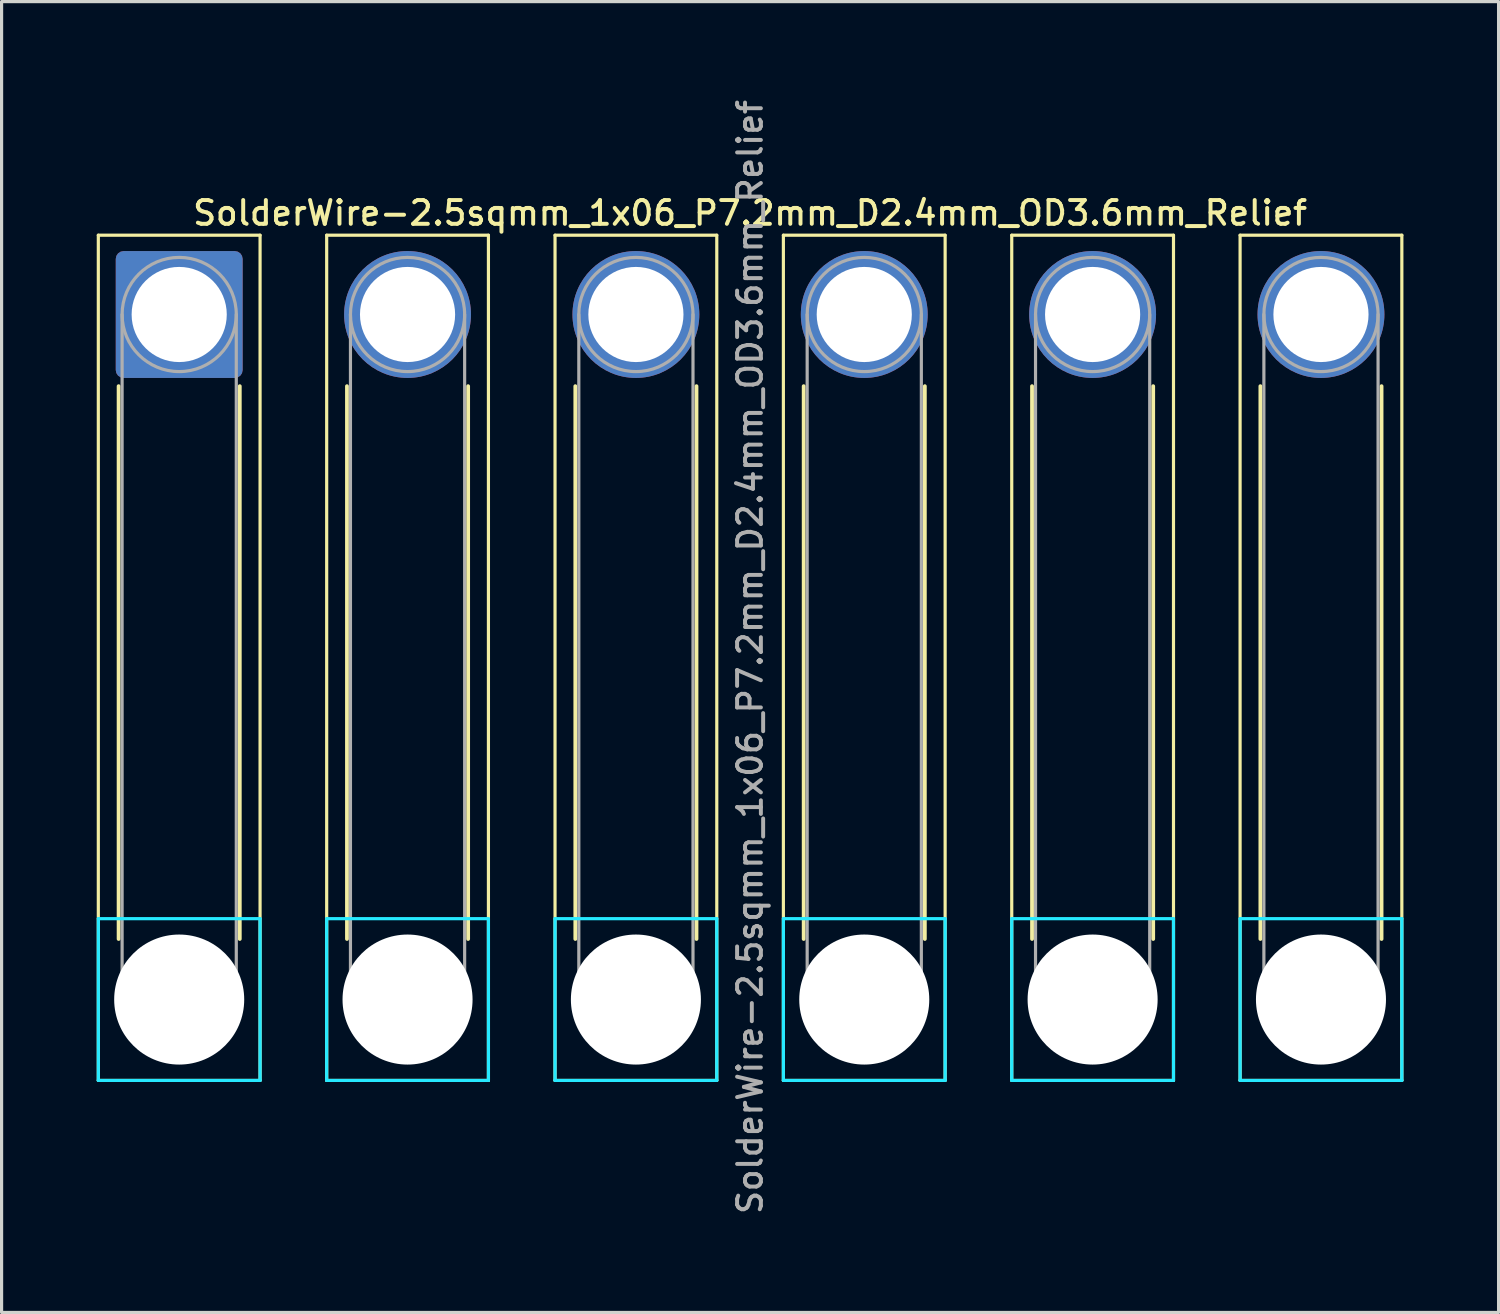
<source format=kicad_pcb>
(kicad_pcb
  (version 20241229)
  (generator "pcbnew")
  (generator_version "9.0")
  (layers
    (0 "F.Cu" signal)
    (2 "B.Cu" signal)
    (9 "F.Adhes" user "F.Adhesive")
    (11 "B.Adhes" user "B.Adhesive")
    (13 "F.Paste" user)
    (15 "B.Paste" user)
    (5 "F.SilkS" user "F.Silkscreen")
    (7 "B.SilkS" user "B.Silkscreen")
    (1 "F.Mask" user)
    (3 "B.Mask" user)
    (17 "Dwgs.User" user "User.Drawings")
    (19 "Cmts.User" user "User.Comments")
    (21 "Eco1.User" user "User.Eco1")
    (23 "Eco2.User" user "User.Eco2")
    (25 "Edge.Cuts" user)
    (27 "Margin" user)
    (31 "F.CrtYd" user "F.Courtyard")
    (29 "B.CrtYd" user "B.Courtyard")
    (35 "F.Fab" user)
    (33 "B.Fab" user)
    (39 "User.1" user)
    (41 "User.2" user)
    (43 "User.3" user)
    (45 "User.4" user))
  (footprint "SolderWire-2.5sqmm_1x06_P7.2mm_D2.4mm_OD3.6mm_Relief"
    (layer "F.Cu")
    (at 2.6 6.866)
    (property "Reference" "SolderWire-2.5sqmm_1x06_P7.2mm_D2.4mm_OD3.6mm_Relief" (at 18 -3.2 0) (layer "F.SilkS") (effects (font (size 0.75 0.75) (thickness 0.125))))
    (attr exclude_from_pos_files exclude_from_bom)
    (fp_line (start -2.55 -2.5) (end -2.55 24.15) (stroke (width 0.1) (type solid)) (layer "F.SilkS"))
    (fp_line (start -2.55 24.15) (end 2.55 24.15) (stroke (width 0.1) (type solid)) (layer "F.SilkS"))
    (fp_line (start -1.91 2.26) (end -1.91 19.69) (stroke (width 0.12) (type solid)) (layer "F.SilkS"))
    (fp_line (start 1.91 2.26) (end 1.91 19.69) (stroke (width 0.12) (type solid)) (layer "F.SilkS"))
    (fp_line (start 2.55 -2.5) (end -2.55 -2.5) (stroke (width 0.1) (type solid)) (layer "F.SilkS"))
    (fp_line (start 2.55 24.15) (end 2.55 -2.5) (stroke (width 0.1) (type solid)) (layer "F.SilkS"))
    (fp_line (start 4.65 -2.5) (end 4.65 24.15) (stroke (width 0.1) (type solid)) (layer "F.SilkS"))
    (fp_line (start 4.65 24.15) (end 9.75 24.15) (stroke (width 0.1) (type solid)) (layer "F.SilkS"))
    (fp_line (start 5.29 2.26) (end 5.29 19.69) (stroke (width 0.12) (type solid)) (layer "F.SilkS"))
    (fp_line (start 9.11 2.26) (end 9.11 19.69) (stroke (width 0.12) (type solid)) (layer "F.SilkS"))
    (fp_line (start 9.75 -2.5) (end 4.65 -2.5) (stroke (width 0.1) (type solid)) (layer "F.SilkS"))
    (fp_line (start 9.75 24.15) (end 9.75 -2.5) (stroke (width 0.1) (type solid)) (layer "F.SilkS"))
    (fp_line (start 11.85 -2.5) (end 11.85 24.15) (stroke (width 0.1) (type solid)) (layer "F.SilkS"))
    (fp_line (start 11.85 24.15) (end 16.95 24.15) (stroke (width 0.1) (type solid)) (layer "F.SilkS"))
    (fp_line (start 12.49 2.26) (end 12.49 19.69) (stroke (width 0.12) (type solid)) (layer "F.SilkS"))
    (fp_line (start 16.31 2.26) (end 16.31 19.69) (stroke (width 0.12) (type solid)) (layer "F.SilkS"))
    (fp_line (start 16.95 -2.5) (end 11.85 -2.5) (stroke (width 0.1) (type solid)) (layer "F.SilkS"))
    (fp_line (start 16.95 24.15) (end 16.95 -2.5) (stroke (width 0.1) (type solid)) (layer "F.SilkS"))
    (fp_line (start 19.05 -2.5) (end 19.05 24.15) (stroke (width 0.1) (type solid)) (layer "F.SilkS"))
    (fp_line (start 19.05 24.15) (end 24.15 24.15) (stroke (width 0.1) (type solid)) (layer "F.SilkS"))
    (fp_line (start 19.69 2.26) (end 19.69 19.69) (stroke (width 0.12) (type solid)) (layer "F.SilkS"))
    (fp_line (start 23.51 2.26) (end 23.51 19.69) (stroke (width 0.12) (type solid)) (layer "F.SilkS"))
    (fp_line (start 24.15 -2.5) (end 19.05 -2.5) (stroke (width 0.1) (type solid)) (layer "F.SilkS"))
    (fp_line (start 24.15 24.15) (end 24.15 -2.5) (stroke (width 0.1) (type solid)) (layer "F.SilkS"))
    (fp_line (start 26.25 -2.5) (end 26.25 24.15) (stroke (width 0.1) (type solid)) (layer "F.SilkS"))
    (fp_line (start 26.25 24.15) (end 31.35 24.15) (stroke (width 0.1) (type solid)) (layer "F.SilkS"))
    (fp_line (start 26.89 2.26) (end 26.89 19.69) (stroke (width 0.12) (type solid)) (layer "F.SilkS"))
    (fp_line (start 30.71 2.26) (end 30.71 19.69) (stroke (width 0.12) (type solid)) (layer "F.SilkS"))
    (fp_line (start 31.35 -2.5) (end 26.25 -2.5) (stroke (width 0.1) (type solid)) (layer "F.SilkS"))
    (fp_line (start 31.35 24.15) (end 31.35 -2.5) (stroke (width 0.1) (type solid)) (layer "F.SilkS"))
    (fp_line (start 33.45 -2.5) (end 33.45 24.15) (stroke (width 0.1) (type solid)) (layer "F.SilkS"))
    (fp_line (start 33.45 24.15) (end 38.55 24.15) (stroke (width 0.1) (type solid)) (layer "F.SilkS"))
    (fp_line (start 34.09 2.26) (end 34.09 19.69) (stroke (width 0.12) (type solid)) (layer "F.SilkS"))
    (fp_line (start 37.91 2.26) (end 37.91 19.69) (stroke (width 0.12) (type solid)) (layer "F.SilkS"))
    (fp_line (start 38.55 -2.5) (end 33.45 -2.5) (stroke (width 0.1) (type solid)) (layer "F.SilkS"))
    (fp_line (start 38.55 24.15) (end 38.55 -2.5) (stroke (width 0.1) (type solid)) (layer "F.SilkS"))
    (fp_line (start -2.55 19.05) (end -2.55 24.15) (stroke (width 0.1) (type solid)) (layer "B.CrtYd"))
    (fp_line (start -2.55 24.15) (end 2.55 24.15) (stroke (width 0.1) (type solid)) (layer "B.CrtYd"))
    (fp_line (start 2.55 19.05) (end -2.55 19.05) (stroke (width 0.1) (type solid)) (layer "B.CrtYd"))
    (fp_line (start 2.55 24.15) (end 2.55 19.05) (stroke (width 0.1) (type solid)) (layer "B.CrtYd"))
    (fp_line (start 4.65 19.05) (end 4.65 24.15) (stroke (width 0.1) (type solid)) (layer "B.CrtYd"))
    (fp_line (start 4.65 24.15) (end 9.75 24.15) (stroke (width 0.1) (type solid)) (layer "B.CrtYd"))
    (fp_line (start 9.75 19.05) (end 4.65 19.05) (stroke (width 0.1) (type solid)) (layer "B.CrtYd"))
    (fp_line (start 9.75 24.15) (end 9.75 19.05) (stroke (width 0.1) (type solid)) (layer "B.CrtYd"))
    (fp_line (start 11.85 19.05) (end 11.85 24.15) (stroke (width 0.1) (type solid)) (layer "B.CrtYd"))
    (fp_line (start 11.85 24.15) (end 16.95 24.15) (stroke (width 0.1) (type solid)) (layer "B.CrtYd"))
    (fp_line (start 16.95 19.05) (end 11.85 19.05) (stroke (width 0.1) (type solid)) (layer "B.CrtYd"))
    (fp_line (start 16.95 24.15) (end 16.95 19.05) (stroke (width 0.1) (type solid)) (layer "B.CrtYd"))
    (fp_line (start 19.05 19.05) (end 19.05 24.15) (stroke (width 0.1) (type solid)) (layer "B.CrtYd"))
    (fp_line (start 19.05 24.15) (end 24.15 24.15) (stroke (width 0.1) (type solid)) (layer "B.CrtYd"))
    (fp_line (start 24.15 19.05) (end 19.05 19.05) (stroke (width 0.1) (type solid)) (layer "B.CrtYd"))
    (fp_line (start 24.15 24.15) (end 24.15 19.05) (stroke (width 0.1) (type solid)) (layer "B.CrtYd"))
    (fp_line (start 26.25 19.05) (end 26.25 24.15) (stroke (width 0.1) (type solid)) (layer "B.CrtYd"))
    (fp_line (start 26.25 24.15) (end 31.35 24.15) (stroke (width 0.1) (type solid)) (layer "B.CrtYd"))
    (fp_line (start 31.35 19.05) (end 26.25 19.05) (stroke (width 0.1) (type solid)) (layer "B.CrtYd"))
    (fp_line (start 31.35 24.15) (end 31.35 19.05) (stroke (width 0.1) (type solid)) (layer "B.CrtYd"))
    (fp_line (start 33.45 19.05) (end 33.45 24.15) (stroke (width 0.1) (type solid)) (layer "B.CrtYd"))
    (fp_line (start 33.45 24.15) (end 38.55 24.15) (stroke (width 0.1) (type solid)) (layer "B.CrtYd"))
    (fp_line (start 38.55 19.05) (end 33.45 19.05) (stroke (width 0.1) (type solid)) (layer "B.CrtYd"))
    (fp_line (start 38.55 24.15) (end 38.55 19.05) (stroke (width 0.1) (type solid)) (layer "B.CrtYd"))
    (fp_line (start -1.8 0) (end -1.8 21.6) (stroke (width 0.1) (type solid)) (layer "F.Fab"))
    (fp_line (start 1.8 0) (end 1.8 21.6) (stroke (width 0.1) (type solid)) (layer "F.Fab"))
    (fp_line (start 5.4 0) (end 5.4 21.6) (stroke (width 0.1) (type solid)) (layer "F.Fab"))
    (fp_line (start 9 0) (end 9 21.6) (stroke (width 0.1) (type solid)) (layer "F.Fab"))
    (fp_line (start 12.6 0) (end 12.6 21.6) (stroke (width 0.1) (type solid)) (layer "F.Fab"))
    (fp_line (start 16.2 0) (end 16.2 21.6) (stroke (width 0.1) (type solid)) (layer "F.Fab"))
    (fp_line (start 19.8 0) (end 19.8 21.6) (stroke (width 0.1) (type solid)) (layer "F.Fab"))
    (fp_line (start 23.4 0) (end 23.4 21.6) (stroke (width 0.1) (type solid)) (layer "F.Fab"))
    (fp_line (start 27 0) (end 27 21.6) (stroke (width 0.1) (type solid)) (layer "F.Fab"))
    (fp_line (start 30.6 0) (end 30.6 21.6) (stroke (width 0.1) (type solid)) (layer "F.Fab"))
    (fp_line (start 34.2 0) (end 34.2 21.6) (stroke (width 0.1) (type solid)) (layer "F.Fab"))
    (fp_line (start 37.8 0) (end 37.8 21.6) (stroke (width 0.1) (type solid)) (layer "F.Fab"))
    (fp_circle (center 0 0) (end 1.8 0) (stroke (width 0.1) (type solid)) (fill no) (layer "F.Fab"))
    (fp_circle (center 0 21.6) (end 1.8 21.6) (stroke (width 0.1) (type solid)) (fill no) (layer "F.Fab"))
    (fp_circle (center 7.2 0) (end 9 0) (stroke (width 0.1) (type solid)) (fill no) (layer "F.Fab"))
    (fp_circle (center 7.2 21.6) (end 9 21.6) (stroke (width 0.1) (type solid)) (fill no) (layer "F.Fab"))
    (fp_circle (center 14.4 0) (end 16.2 0) (stroke (width 0.1) (type solid)) (fill no) (layer "F.Fab"))
    (fp_circle (center 14.4 21.6) (end 16.2 21.6) (stroke (width 0.1) (type solid)) (fill no) (layer "F.Fab"))
    (fp_circle (center 21.6 0) (end 23.4 0) (stroke (width 0.1) (type solid)) (fill no) (layer "F.Fab"))
    (fp_circle (center 21.6 21.6) (end 23.4 21.6) (stroke (width 0.1) (type solid)) (fill no) (layer "F.Fab"))
    (fp_circle (center 28.8 0) (end 30.6 0) (stroke (width 0.1) (type solid)) (fill no) (layer "F.Fab"))
    (fp_circle (center 28.8 21.6) (end 30.6 21.6) (stroke (width 0.1) (type solid)) (fill no) (layer "F.Fab"))
    (fp_circle (center 36 0) (end 37.8 0) (stroke (width 0.1) (type solid)) (fill no) (layer "F.Fab"))
    (fp_circle (center 36 21.6) (end 37.8 21.6) (stroke (width 0.1) (type solid)) (fill no) (layer "F.Fab"))
    (fp_text user "${REFERENCE}" (at 18 10.8 90) (layer "F.Fab") (effects (font (size 0.75 0.75) (thickness 0.125))))
    (pad "" np_thru_hole circle (at 0 21.6) (size 4.1 4.1) (drill 4.1) (layers "*.Cu" "*.Mask"))
    (pad "" np_thru_hole circle (at 7.2 21.6) (size 4.1 4.1) (drill 4.1) (layers "*.Cu" "*.Mask"))
    (pad "" np_thru_hole circle (at 14.4 21.6) (size 4.1 4.1) (drill 4.1) (layers "*.Cu" "*.Mask"))
    (pad "" np_thru_hole circle (at 21.6 21.6) (size 4.1 4.1) (drill 4.1) (layers "*.Cu" "*.Mask"))
    (pad "" np_thru_hole circle (at 28.8 21.6) (size 4.1 4.1) (drill 4.1) (layers "*.Cu" "*.Mask"))
    (pad "" np_thru_hole circle (at 36 21.6) (size 4.1 4.1) (drill 4.1) (layers "*.Cu" "*.Mask"))
    (pad "1" thru_hole roundrect (at 0 0) (size 4 4) (drill 3) (layers "*.Cu" "*.Mask") (roundrect_rratio 0.062))
    (pad "2" thru_hole circle (at 7.2 0) (size 4 4) (drill 3) (layers "*.Cu" "*.Mask"))
    (pad "3" thru_hole circle (at 14.4 0) (size 4 4) (drill 3) (layers "*.Cu" "*.Mask"))
    (pad "4" thru_hole circle (at 21.6 0) (size 4 4) (drill 3) (layers "*.Cu" "*.Mask"))
    (pad "5" thru_hole circle (at 28.8 0) (size 4 4) (drill 3) (layers "*.Cu" "*.Mask"))
    (pad "6" thru_hole circle (at 36 0) (size 4 4) (drill 3) (layers "*.Cu" "*.Mask")))
  (gr_rect
    (start -3 -3)
    (end 44.2 38.332)
    (stroke (width 0.1) (type default))
    (fill no)
    (layer "Edge.Cuts")))
</source>
